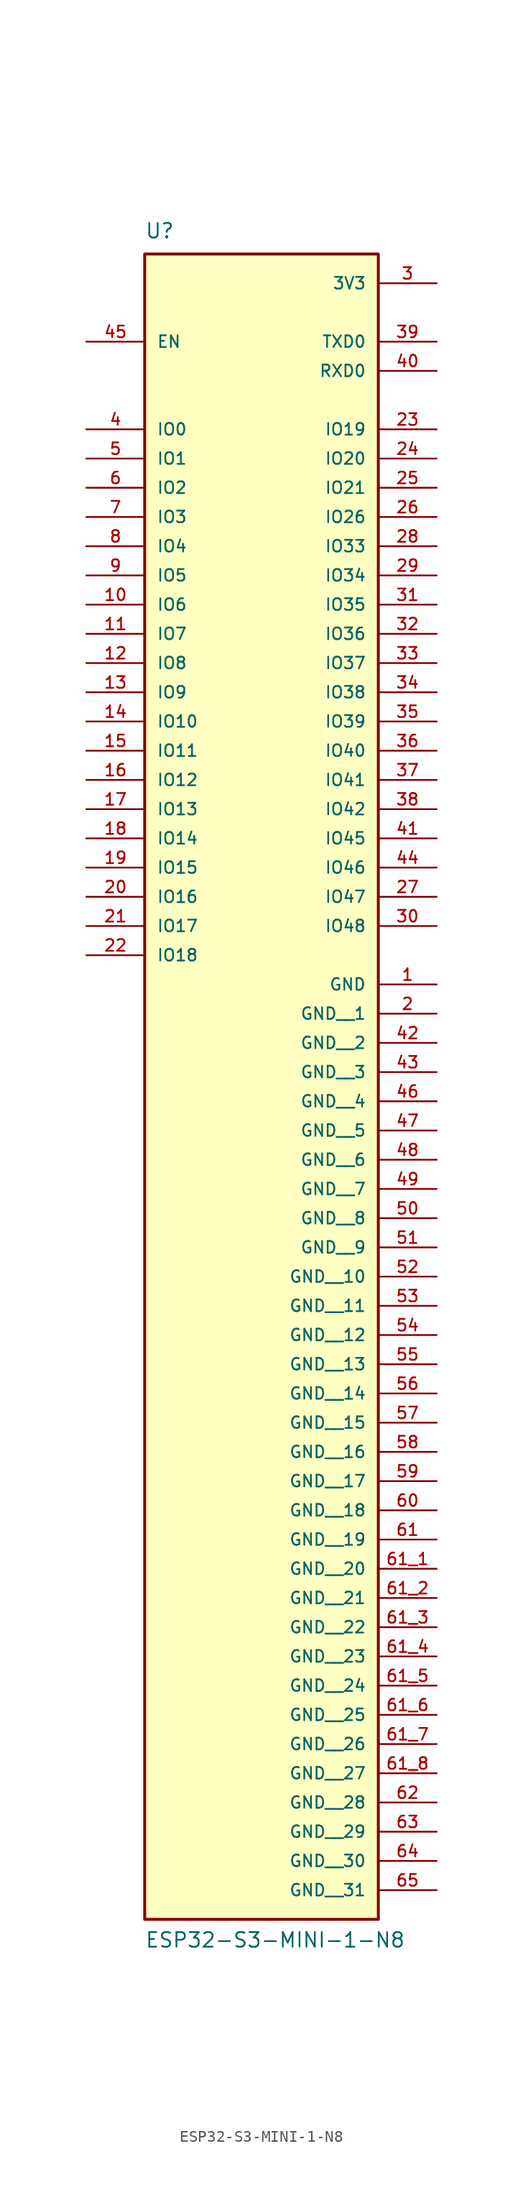
<source format=kicad_sym>
(kicad_symbol_lib
  (version 20211014)
  (generator kicad_symbol_editor)
  (symbol "ESP32-S3-MINI-1-N8"
    (pin_names
      (offset 1.016))
    (property "Reference" "U"
      (at -10.16 34.29 0)
      (effects (font (size 1.27 1.27)) (justify bottom left)))
    (property "Value" "ESP32-S3-MINI-1-N8"
      (at -10.16 -114.3 0)
      (effects (font (size 1.27 1.27)) (justify bottom left)))
    (symbol "ESP32-S3-MINI-1-N8_0_0"
      (rectangle (start -10.16 -111.76) (end 10.16 33.02) (stroke (width 0.254)) (fill (type background)))
      (pin bidirectional line (at -15.24 17.78 0) (length 5.08) (name "IO0" (effects (font (size 1.016 1.016)))) (number "4" (effects (font (size 1.016 1.016)))))
      (pin bidirectional line (at -15.24 15.24 0) (length 5.08) (name "IO1" (effects (font (size 1.016 1.016)))) (number "5" (effects (font (size 1.016 1.016)))))
      (pin bidirectional line (at -15.24 12.7 0) (length 5.08) (name "IO2" (effects (font (size 1.016 1.016)))) (number "6" (effects (font (size 1.016 1.016)))))
      (pin bidirectional line (at -15.24 10.16 0) (length 5.08) (name "IO3" (effects (font (size 1.016 1.016)))) (number "7" (effects (font (size 1.016 1.016)))))
      (pin bidirectional line (at -15.24 7.62 0) (length 5.08) (name "IO4" (effects (font (size 1.016 1.016)))) (number "8" (effects (font (size 1.016 1.016)))))
      (pin bidirectional line (at -15.24 5.08 0) (length 5.08) (name "IO5" (effects (font (size 1.016 1.016)))) (number "9" (effects (font (size 1.016 1.016)))))
      (pin bidirectional line (at -15.24 2.54 0) (length 5.08) (name "IO6" (effects (font (size 1.016 1.016)))) (number "10" (effects (font (size 1.016 1.016)))))
      (pin bidirectional line (at -15.24 0.0 0) (length 5.08) (name "IO7" (effects (font (size 1.016 1.016)))) (number "11" (effects (font (size 1.016 1.016)))))
      (pin bidirectional line (at -15.24 -2.54 0) (length 5.08) (name "IO8" (effects (font (size 1.016 1.016)))) (number "12" (effects (font (size 1.016 1.016)))))
      (pin bidirectional line (at -15.24 -5.08 0) (length 5.08) (name "IO9" (effects (font (size 1.016 1.016)))) (number "13" (effects (font (size 1.016 1.016)))))
      (pin bidirectional line (at -15.24 -7.62 0) (length 5.08) (name "IO10" (effects (font (size 1.016 1.016)))) (number "14" (effects (font (size 1.016 1.016)))))
      (pin bidirectional line (at -15.24 -10.16 0) (length 5.08) (name "IO11" (effects (font (size 1.016 1.016)))) (number "15" (effects (font (size 1.016 1.016)))))
      (pin bidirectional line (at -15.24 -12.7 0) (length 5.08) (name "IO12" (effects (font (size 1.016 1.016)))) (number "16" (effects (font (size 1.016 1.016)))))
      (pin bidirectional line (at -15.24 -15.24 0) (length 5.08) (name "IO13" (effects (font (size 1.016 1.016)))) (number "17" (effects (font (size 1.016 1.016)))))
      (pin bidirectional line (at -15.24 -17.78 0) (length 5.08) (name "IO14" (effects (font (size 1.016 1.016)))) (number "18" (effects (font (size 1.016 1.016)))))
      (pin bidirectional line (at -15.24 -20.32 0) (length 5.08) (name "IO15" (effects (font (size 1.016 1.016)))) (number "19" (effects (font (size 1.016 1.016)))))
      (pin bidirectional line (at -15.24 -22.86 0) (length 5.08) (name "IO16" (effects (font (size 1.016 1.016)))) (number "20" (effects (font (size 1.016 1.016)))))
      (pin bidirectional line (at -15.24 -25.4 0) (length 5.08) (name "IO17" (effects (font (size 1.016 1.016)))) (number "21" (effects (font (size 1.016 1.016)))))
      (pin bidirectional line (at -15.24 -27.94 0) (length 5.08) (name "IO18" (effects (font (size 1.016 1.016)))) (number "22" (effects (font (size 1.016 1.016)))))
      (pin bidirectional line (at 15.24 17.78 180.0) (length 5.08) (name "IO19" (effects (font (size 1.016 1.016)))) (number "23" (effects (font (size 1.016 1.016)))))
      (pin bidirectional line (at 15.24 15.24 180.0) (length 5.08) (name "IO20" (effects (font (size 1.016 1.016)))) (number "24" (effects (font (size 1.016 1.016)))))
      (pin bidirectional line (at 15.24 12.7 180.0) (length 5.08) (name "IO21" (effects (font (size 1.016 1.016)))) (number "25" (effects (font (size 1.016 1.016)))))
      (pin bidirectional line (at 15.24 10.16 180.0) (length 5.08) (name "IO26" (effects (font (size 1.016 1.016)))) (number "26" (effects (font (size 1.016 1.016)))))
      (pin bidirectional line (at 15.24 7.62 180.0) (length 5.08) (name "IO33" (effects (font (size 1.016 1.016)))) (number "28" (effects (font (size 1.016 1.016)))))
      (pin bidirectional line (at 15.24 5.08 180.0) (length 5.08) (name "IO34" (effects (font (size 1.016 1.016)))) (number "29" (effects (font (size 1.016 1.016)))))
      (pin bidirectional line (at 15.24 2.54 180.0) (length 5.08) (name "IO35" (effects (font (size 1.016 1.016)))) (number "31" (effects (font (size 1.016 1.016)))))
      (pin bidirectional line (at 15.24 0.0 180.0) (length 5.08) (name "IO36" (effects (font (size 1.016 1.016)))) (number "32" (effects (font (size 1.016 1.016)))))
      (pin bidirectional line (at 15.24 -2.54 180.0) (length 5.08) (name "IO37" (effects (font (size 1.016 1.016)))) (number "33" (effects (font (size 1.016 1.016)))))
      (pin bidirectional line (at 15.24 -5.08 180.0) (length 5.08) (name "IO38" (effects (font (size 1.016 1.016)))) (number "34" (effects (font (size 1.016 1.016)))))
      (pin bidirectional line (at 15.24 -7.62 180.0) (length 5.08) (name "IO39" (effects (font (size 1.016 1.016)))) (number "35" (effects (font (size 1.016 1.016)))))
      (pin bidirectional line (at 15.24 -10.16 180.0) (length 5.08) (name "IO40" (effects (font (size 1.016 1.016)))) (number "36" (effects (font (size 1.016 1.016)))))
      (pin bidirectional line (at 15.24 -12.7 180.0) (length 5.08) (name "IO41" (effects (font (size 1.016 1.016)))) (number "37" (effects (font (size 1.016 1.016)))))
      (pin bidirectional line (at 15.24 -15.24 180.0) (length 5.08) (name "IO42" (effects (font (size 1.016 1.016)))) (number "38" (effects (font (size 1.016 1.016)))))
      (pin bidirectional line (at 15.24 -17.78 180.0) (length 5.08) (name "IO45" (effects (font (size 1.016 1.016)))) (number "41" (effects (font (size 1.016 1.016)))))
      (pin bidirectional line (at 15.24 -20.32 180.0) (length 5.08) (name "IO46" (effects (font (size 1.016 1.016)))) (number "44" (effects (font (size 1.016 1.016)))))
      (pin bidirectional line (at 15.24 -22.86 180.0) (length 5.08) (name "IO47" (effects (font (size 1.016 1.016)))) (number "27" (effects (font (size 1.016 1.016)))))
      (pin bidirectional line (at 15.24 -25.4 180.0) (length 5.08) (name "IO48" (effects (font (size 1.016 1.016)))) (number "30" (effects (font (size 1.016 1.016)))))
      (pin input line (at -15.24 25.4 0) (length 5.08) (name "EN" (effects (font (size 1.016 1.016)))) (number "45" (effects (font (size 1.016 1.016)))))
      (pin bidirectional line (at 15.24 25.4 180.0) (length 5.08) (name "TXD0" (effects (font (size 1.016 1.016)))) (number "39" (effects (font (size 1.016 1.016)))))
      (pin bidirectional line (at 15.24 22.86 180.0) (length 5.08) (name "RXD0" (effects (font (size 1.016 1.016)))) (number "40" (effects (font (size 1.016 1.016)))))
      (pin power_in line (at 15.24 30.48 180.0) (length 5.08) (name "3V3" (effects (font (size 1.016 1.016)))) (number "3" (effects (font (size 1.016 1.016)))))
      (pin power_in line (at 15.24 -30.48 180.0) (length 5.08) (name "GND" (effects (font (size 1.016 1.016)))) (number "1" (effects (font (size 1.016 1.016)))))
      (pin power_in line (at 15.24 -33.02 180.0) (length 5.08) (name "GND__1" (effects (font (size 1.016 1.016)))) (number "2" (effects (font (size 1.016 1.016)))))
      (pin power_in line (at 15.24 -35.56 180.0) (length 5.08) (name "GND__2" (effects (font (size 1.016 1.016)))) (number "42" (effects (font (size 1.016 1.016)))))
      (pin power_in line (at 15.24 -38.1 180.0) (length 5.08) (name "GND__3" (effects (font (size 1.016 1.016)))) (number "43" (effects (font (size 1.016 1.016)))))
      (pin power_in line (at 15.24 -40.64 180.0) (length 5.08) (name "GND__4" (effects (font (size 1.016 1.016)))) (number "46" (effects (font (size 1.016 1.016)))))
      (pin power_in line (at 15.24 -43.18 180.0) (length 5.08) (name "GND__5" (effects (font (size 1.016 1.016)))) (number "47" (effects (font (size 1.016 1.016)))))
      (pin power_in line (at 15.24 -45.72 180.0) (length 5.08) (name "GND__6" (effects (font (size 1.016 1.016)))) (number "48" (effects (font (size 1.016 1.016)))))
      (pin power_in line (at 15.24 -48.26 180.0) (length 5.08) (name "GND__7" (effects (font (size 1.016 1.016)))) (number "49" (effects (font (size 1.016 1.016)))))
      (pin power_in line (at 15.24 -50.8 180.0) (length 5.08) (name "GND__8" (effects (font (size 1.016 1.016)))) (number "50" (effects (font (size 1.016 1.016)))))
      (pin power_in line (at 15.24 -53.34 180.0) (length 5.08) (name "GND__9" (effects (font (size 1.016 1.016)))) (number "51" (effects (font (size 1.016 1.016)))))
      (pin power_in line (at 15.24 -55.88 180.0) (length 5.08) (name "GND__10" (effects (font (size 1.016 1.016)))) (number "52" (effects (font (size 1.016 1.016)))))
      (pin power_in line (at 15.24 -58.42 180.0) (length 5.08) (name "GND__11" (effects (font (size 1.016 1.016)))) (number "53" (effects (font (size 1.016 1.016)))))
      (pin power_in line (at 15.24 -60.96 180.0) (length 5.08) (name "GND__12" (effects (font (size 1.016 1.016)))) (number "54" (effects (font (size 1.016 1.016)))))
      (pin power_in line (at 15.24 -63.5 180.0) (length 5.08) (name "GND__13" (effects (font (size 1.016 1.016)))) (number "55" (effects (font (size 1.016 1.016)))))
      (pin power_in line (at 15.24 -66.04 180.0) (length 5.08) (name "GND__14" (effects (font (size 1.016 1.016)))) (number "56" (effects (font (size 1.016 1.016)))))
      (pin power_in line (at 15.24 -68.58 180.0) (length 5.08) (name "GND__15" (effects (font (size 1.016 1.016)))) (number "57" (effects (font (size 1.016 1.016)))))
      (pin power_in line (at 15.24 -71.12 180.0) (length 5.08) (name "GND__16" (effects (font (size 1.016 1.016)))) (number "58" (effects (font (size 1.016 1.016)))))
      (pin power_in line (at 15.24 -73.66 180.0) (length 5.08) (name "GND__17" (effects (font (size 1.016 1.016)))) (number "59" (effects (font (size 1.016 1.016)))))
      (pin power_in line (at 15.24 -76.2 180.0) (length 5.08) (name "GND__18" (effects (font (size 1.016 1.016)))) (number "60" (effects (font (size 1.016 1.016)))))
      (pin power_in line (at 15.24 -78.74 180.0) (length 5.08) (name "GND__19" (effects (font (size 1.016 1.016)))) (number "61" (effects (font (size 1.016 1.016)))))
      (pin power_in line (at 15.24 -81.28 180.0) (length 5.08) (name "GND__20" (effects (font (size 1.016 1.016)))) (number "61_1" (effects (font (size 1.016 1.016)))))
      (pin power_in line (at 15.24 -83.82 180.0) (length 5.08) (name "GND__21" (effects (font (size 1.016 1.016)))) (number "61_2" (effects (font (size 1.016 1.016)))))
      (pin power_in line (at 15.24 -86.36 180.0) (length 5.08) (name "GND__22" (effects (font (size 1.016 1.016)))) (number "61_3" (effects (font (size 1.016 1.016)))))
      (pin power_in line (at 15.24 -88.9 180.0) (length 5.08) (name "GND__23" (effects (font (size 1.016 1.016)))) (number "61_4" (effects (font (size 1.016 1.016)))))
      (pin power_in line (at 15.24 -91.44 180.0) (length 5.08) (name "GND__24" (effects (font (size 1.016 1.016)))) (number "61_5" (effects (font (size 1.016 1.016)))))
      (pin power_in line (at 15.24 -93.98 180.0) (length 5.08) (name "GND__25" (effects (font (size 1.016 1.016)))) (number "61_6" (effects (font (size 1.016 1.016)))))
      (pin power_in line (at 15.24 -96.52 180.0) (length 5.08) (name "GND__26" (effects (font (size 1.016 1.016)))) (number "61_7" (effects (font (size 1.016 1.016)))))
      (pin power_in line (at 15.24 -99.06 180.0) (length 5.08) (name "GND__27" (effects (font (size 1.016 1.016)))) (number "61_8" (effects (font (size 1.016 1.016)))))
      (pin power_in line (at 15.24 -101.6 180.0) (length 5.08) (name "GND__28" (effects (font (size 1.016 1.016)))) (number "62" (effects (font (size 1.016 1.016)))))
      (pin power_in line (at 15.24 -104.14 180.0) (length 5.08) (name "GND__29" (effects (font (size 1.016 1.016)))) (number "63" (effects (font (size 1.016 1.016)))))
      (pin power_in line (at 15.24 -106.68 180.0) (length 5.08) (name "GND__30" (effects (font (size 1.016 1.016)))) (number "64" (effects (font (size 1.016 1.016)))))
      (pin power_in line (at 15.24 -109.22 180.0) (length 5.08) (name "GND__31" (effects (font (size 1.016 1.016)))) (number "65" (effects (font (size 1.016 1.016))))))))
</source>
